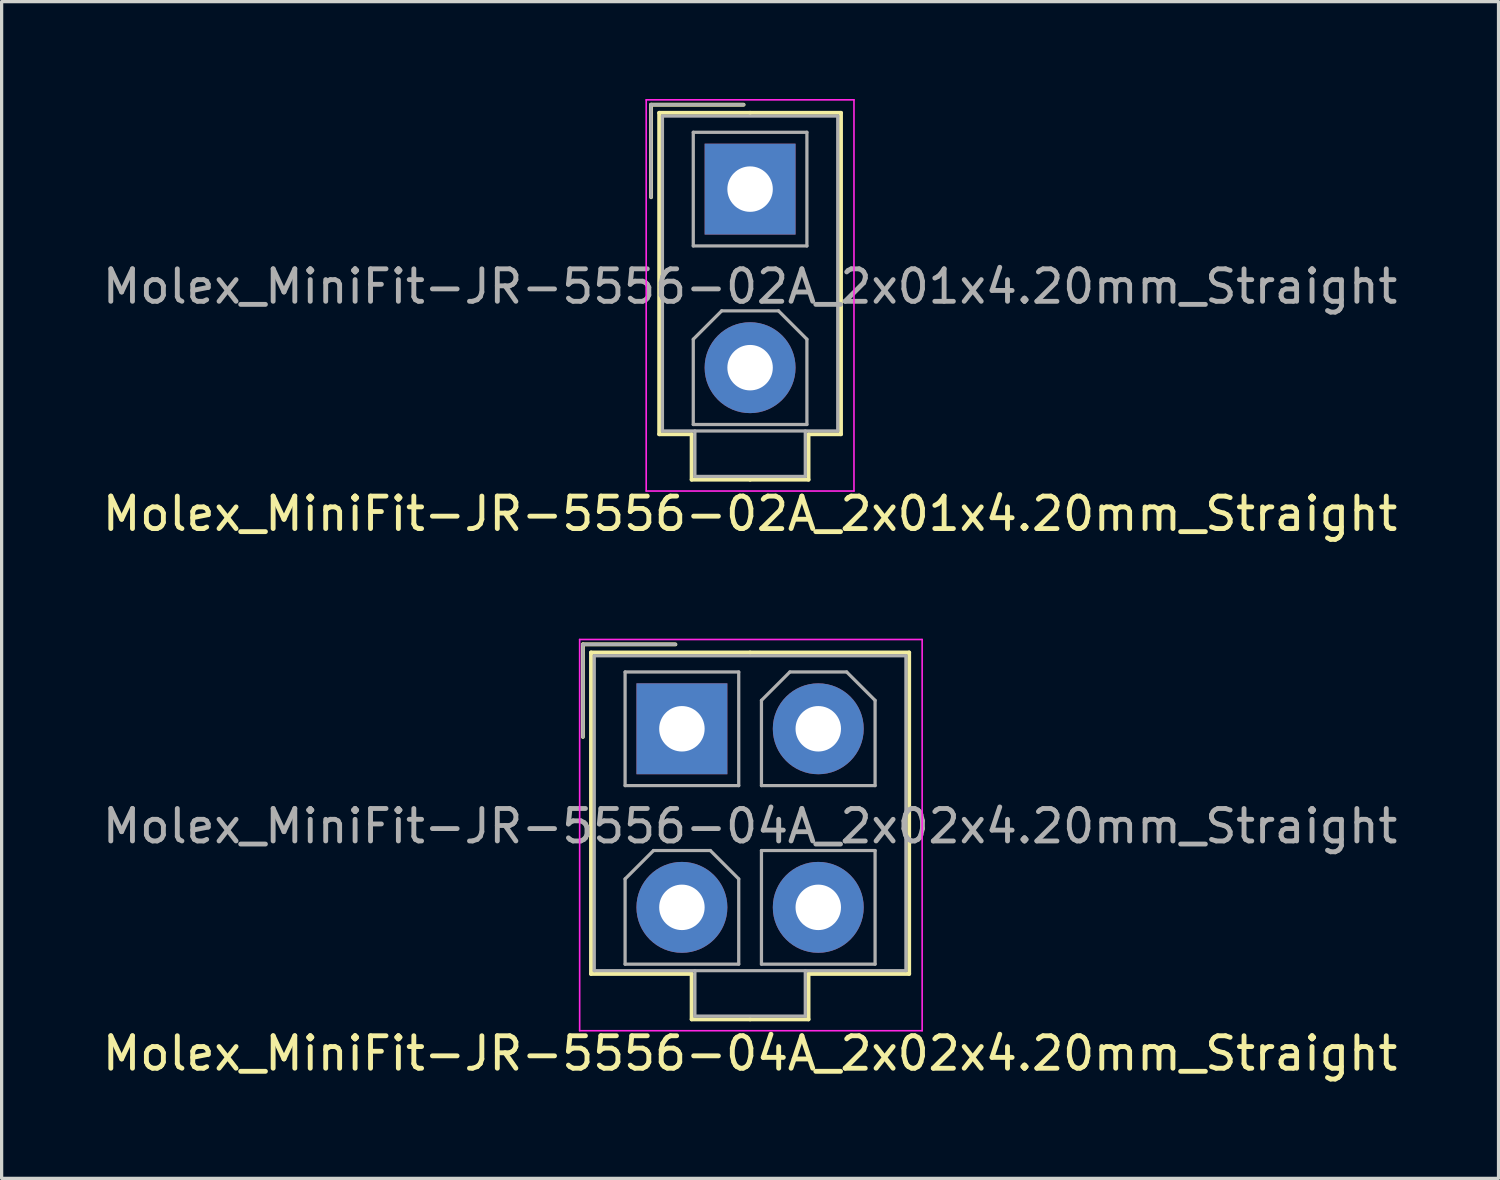
<source format=kicad_pcb>
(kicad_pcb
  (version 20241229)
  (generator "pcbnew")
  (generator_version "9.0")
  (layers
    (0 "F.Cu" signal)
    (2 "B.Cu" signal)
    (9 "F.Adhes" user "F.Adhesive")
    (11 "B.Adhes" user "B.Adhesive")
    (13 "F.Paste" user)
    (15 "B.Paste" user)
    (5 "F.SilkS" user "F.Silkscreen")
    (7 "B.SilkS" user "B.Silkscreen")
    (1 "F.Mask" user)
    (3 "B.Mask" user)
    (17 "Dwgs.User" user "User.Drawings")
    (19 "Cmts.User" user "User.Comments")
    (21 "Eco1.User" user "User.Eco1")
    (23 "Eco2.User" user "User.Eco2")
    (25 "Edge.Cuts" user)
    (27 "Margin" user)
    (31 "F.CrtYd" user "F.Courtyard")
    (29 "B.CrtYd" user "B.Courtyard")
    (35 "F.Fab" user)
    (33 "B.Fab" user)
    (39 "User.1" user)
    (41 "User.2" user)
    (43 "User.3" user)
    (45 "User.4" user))
  (footprint "Molex_MiniFit-JR-5556-04A_2x02x4.20mm_Straight"
    (layer "F.Cu")
    (at 17.954 19.398)
    (property "Reference" "Molex_MiniFit-JR-5556-04A_2x02x4.20mm_Straight" (at 2.1 10 0) (layer "F.SilkS") (effects (font (size 1 1) (thickness 0.15))))
    (attr through_hole)
    (fp_line (start -3.05 -2.6) (end -3.05 0.25) (stroke (width 0.12) (type solid)) (layer "F.SilkS"))
    (fp_line (start -2.8 -2.35) (end -2.8 7.55) (stroke (width 0.12) (type solid)) (layer "F.SilkS"))
    (fp_line (start -2.8 7.55) (end 0.3 7.55) (stroke (width 0.12) (type solid)) (layer "F.SilkS"))
    (fp_line (start -0.2 -2.6) (end -3.05 -2.6) (stroke (width 0.12) (type solid)) (layer "F.SilkS"))
    (fp_line (start 0.3 7.55) (end 0.3 8.95) (stroke (width 0.12) (type solid)) (layer "F.SilkS"))
    (fp_line (start 0.3 8.95) (end 2.1 8.95) (stroke (width 0.12) (type solid)) (layer "F.SilkS"))
    (fp_line (start 2.1 -2.35) (end -2.8 -2.35) (stroke (width 0.12) (type solid)) (layer "F.SilkS"))
    (fp_line (start 2.1 -2.35) (end 7 -2.35) (stroke (width 0.12) (type solid)) (layer "F.SilkS"))
    (fp_line (start 3.9 7.55) (end 3.9 8.95) (stroke (width 0.12) (type solid)) (layer "F.SilkS"))
    (fp_line (start 3.9 8.95) (end 2.1 8.95) (stroke (width 0.12) (type solid)) (layer "F.SilkS"))
    (fp_line (start 7 -2.35) (end 7 7.55) (stroke (width 0.12) (type solid)) (layer "F.SilkS"))
    (fp_line (start 7 7.55) (end 3.9 7.55) (stroke (width 0.12) (type solid)) (layer "F.SilkS"))
    (fp_line (start -3.15 -2.75) (end -3.15 9.3) (stroke (width 0.05) (type solid)) (layer "F.CrtYd"))
    (fp_line (start -3.15 9.3) (end 7.4 9.3) (stroke (width 0.05) (type solid)) (layer "F.CrtYd"))
    (fp_line (start 7.4 -2.75) (end -3.15 -2.75) (stroke (width 0.05) (type solid)) (layer "F.CrtYd"))
    (fp_line (start 7.4 9.3) (end 7.4 -2.75) (stroke (width 0.05) (type solid)) (layer "F.CrtYd"))
    (fp_line (start -3.05 -2.6) (end -3.05 0.25) (stroke (width 0.1) (type solid)) (layer "F.Fab"))
    (fp_line (start -2.7 -2.25) (end -2.7 7.45) (stroke (width 0.1) (type solid)) (layer "F.Fab"))
    (fp_line (start -2.7 7.45) (end 6.9 7.45) (stroke (width 0.1) (type solid)) (layer "F.Fab"))
    (fp_line (start -1.75 -1.75) (end -1.75 1.75) (stroke (width 0.1) (type solid)) (layer "F.Fab"))
    (fp_line (start -1.75 1.75) (end 1.75 1.75) (stroke (width 0.1) (type solid)) (layer "F.Fab"))
    (fp_line (start -1.75 4.625) (end -0.875 3.75) (stroke (width 0.1) (type solid)) (layer "F.Fab"))
    (fp_line (start -1.75 7.25) (end -1.75 4.625) (stroke (width 0.1) (type solid)) (layer "F.Fab"))
    (fp_line (start -0.875 3.75) (end 0.875 3.75) (stroke (width 0.1) (type solid)) (layer "F.Fab"))
    (fp_line (start -0.2 -2.6) (end -3.05 -2.6) (stroke (width 0.1) (type solid)) (layer "F.Fab"))
    (fp_line (start 0.4 7.45) (end 0.4 8.85) (stroke (width 0.1) (type solid)) (layer "F.Fab"))
    (fp_line (start 0.4 8.85) (end 3.8 8.85) (stroke (width 0.1) (type solid)) (layer "F.Fab"))
    (fp_line (start 0.875 3.75) (end 1.75 4.625) (stroke (width 0.1) (type solid)) (layer "F.Fab"))
    (fp_line (start 1.75 -1.75) (end -1.75 -1.75) (stroke (width 0.1) (type solid)) (layer "F.Fab"))
    (fp_line (start 1.75 1.75) (end 1.75 -1.75) (stroke (width 0.1) (type solid)) (layer "F.Fab"))
    (fp_line (start 1.75 4.625) (end 1.75 7.25) (stroke (width 0.1) (type solid)) (layer "F.Fab"))
    (fp_line (start 1.75 7.25) (end -1.75 7.25) (stroke (width 0.1) (type solid)) (layer "F.Fab"))
    (fp_line (start 2.45 -0.875) (end 3.325 -1.75) (stroke (width 0.1) (type solid)) (layer "F.Fab"))
    (fp_line (start 2.45 1.75) (end 2.45 -0.875) (stroke (width 0.1) (type solid)) (layer "F.Fab"))
    (fp_line (start 2.45 3.75) (end 2.45 7.25) (stroke (width 0.1) (type solid)) (layer "F.Fab"))
    (fp_line (start 2.45 7.25) (end 5.95 7.25) (stroke (width 0.1) (type solid)) (layer "F.Fab"))
    (fp_line (start 3.325 -1.75) (end 5.075 -1.75) (stroke (width 0.1) (type solid)) (layer "F.Fab"))
    (fp_line (start 3.8 8.85) (end 3.8 7.45) (stroke (width 0.1) (type solid)) (layer "F.Fab"))
    (fp_line (start 5.075 -1.75) (end 5.95 -0.875) (stroke (width 0.1) (type solid)) (layer "F.Fab"))
    (fp_line (start 5.95 -0.875) (end 5.95 1.75) (stroke (width 0.1) (type solid)) (layer "F.Fab"))
    (fp_line (start 5.95 1.75) (end 2.45 1.75) (stroke (width 0.1) (type solid)) (layer "F.Fab"))
    (fp_line (start 5.95 3.75) (end 2.45 3.75) (stroke (width 0.1) (type solid)) (layer "F.Fab"))
    (fp_line (start 5.95 7.25) (end 5.95 3.75) (stroke (width 0.1) (type solid)) (layer "F.Fab"))
    (fp_line (start 6.9 -2.25) (end -2.7 -2.25) (stroke (width 0.1) (type solid)) (layer "F.Fab"))
    (fp_line (start 6.9 7.45) (end 6.9 -2.25) (stroke (width 0.1) (type solid)) (layer "F.Fab"))
    (fp_text user "${REFERENCE}" (at 2.1 3 0) (layer "F.Fab") (effects (font (size 1 1) (thickness 0.15))))
    (pad "1" thru_hole rect (at 0 0) (size 2.8 2.8) (drill 1.4) (layers "*.Cu" "*.Mask"))
    (pad "2" thru_hole circle (at 4.2 0) (size 2.8 2.8) (drill 1.4) (layers "*.Cu" "*.Mask"))
    (pad "3" thru_hole circle (at 0 5.5) (size 2.8 2.8) (drill 1.4) (layers "*.Cu" "*.Mask"))
    (pad "4" thru_hole circle (at 4.2 5.5) (size 2.8 2.8) (drill 1.4) (layers "*.Cu" "*.Mask")))
  (footprint "Molex_MiniFit-JR-5556-02A_2x01x4.20mm_Straight"
    (layer "F.Cu")
    (at 20.054 2.775)
    (property "Reference" "Molex_MiniFit-JR-5556-02A_2x01x4.20mm_Straight" (at 0 10 0) (layer "F.SilkS") (effects (font (size 1 1) (thickness 0.15))))
    (attr through_hole)
    (fp_line (start -3.05 -2.6) (end -3.05 0.25) (stroke (width 0.12) (type solid)) (layer "F.SilkS"))
    (fp_line (start -2.8 -2.35) (end -2.8 7.55) (stroke (width 0.12) (type solid)) (layer "F.SilkS"))
    (fp_line (start -2.8 7.55) (end -1.8 7.55) (stroke (width 0.12) (type solid)) (layer "F.SilkS"))
    (fp_line (start -1.8 7.55) (end -1.8 8.95) (stroke (width 0.12) (type solid)) (layer "F.SilkS"))
    (fp_line (start -1.8 8.95) (end 0 8.95) (stroke (width 0.12) (type solid)) (layer "F.SilkS"))
    (fp_line (start -0.2 -2.6) (end -3.05 -2.6) (stroke (width 0.12) (type solid)) (layer "F.SilkS"))
    (fp_line (start 0 -2.35) (end -2.8 -2.35) (stroke (width 0.12) (type solid)) (layer "F.SilkS"))
    (fp_line (start 0 -2.35) (end 2.8 -2.35) (stroke (width 0.12) (type solid)) (layer "F.SilkS"))
    (fp_line (start 1.8 7.55) (end 1.8 8.95) (stroke (width 0.12) (type solid)) (layer "F.SilkS"))
    (fp_line (start 1.8 8.95) (end 0 8.95) (stroke (width 0.12) (type solid)) (layer "F.SilkS"))
    (fp_line (start 2.8 -2.35) (end 2.8 7.55) (stroke (width 0.12) (type solid)) (layer "F.SilkS"))
    (fp_line (start 2.8 7.55) (end 1.8 7.55) (stroke (width 0.12) (type solid)) (layer "F.SilkS"))
    (fp_line (start -3.2 -2.75) (end -3.2 9.3) (stroke (width 0.05) (type solid)) (layer "F.CrtYd"))
    (fp_line (start -3.2 9.3) (end 3.2 9.3) (stroke (width 0.05) (type solid)) (layer "F.CrtYd"))
    (fp_line (start 3.2 -2.75) (end -3.2 -2.75) (stroke (width 0.05) (type solid)) (layer "F.CrtYd"))
    (fp_line (start 3.2 9.3) (end 3.2 -2.75) (stroke (width 0.05) (type solid)) (layer "F.CrtYd"))
    (fp_line (start -3.05 -2.6) (end -3.05 0.25) (stroke (width 0.1) (type solid)) (layer "F.Fab"))
    (fp_line (start -2.7 -2.25) (end -2.7 7.45) (stroke (width 0.1) (type solid)) (layer "F.Fab"))
    (fp_line (start -2.7 7.45) (end 2.7 7.45) (stroke (width 0.1) (type solid)) (layer "F.Fab"))
    (fp_line (start -1.75 -1.75) (end -1.75 1.75) (stroke (width 0.1) (type solid)) (layer "F.Fab"))
    (fp_line (start -1.75 1.75) (end 1.75 1.75) (stroke (width 0.1) (type solid)) (layer "F.Fab"))
    (fp_line (start -1.75 4.625) (end -0.875 3.75) (stroke (width 0.1) (type solid)) (layer "F.Fab"))
    (fp_line (start -1.75 7.25) (end -1.75 4.625) (stroke (width 0.1) (type solid)) (layer "F.Fab"))
    (fp_line (start -1.7 7.45) (end -1.7 8.85) (stroke (width 0.1) (type solid)) (layer "F.Fab"))
    (fp_line (start -1.7 8.85) (end 1.7 8.85) (stroke (width 0.1) (type solid)) (layer "F.Fab"))
    (fp_line (start -0.875 3.75) (end 0.875 3.75) (stroke (width 0.1) (type solid)) (layer "F.Fab"))
    (fp_line (start -0.2 -2.6) (end -3.05 -2.6) (stroke (width 0.1) (type solid)) (layer "F.Fab"))
    (fp_line (start 0.875 3.75) (end 1.75 4.625) (stroke (width 0.1) (type solid)) (layer "F.Fab"))
    (fp_line (start 1.7 8.85) (end 1.7 7.45) (stroke (width 0.1) (type solid)) (layer "F.Fab"))
    (fp_line (start 1.75 -1.75) (end -1.75 -1.75) (stroke (width 0.1) (type solid)) (layer "F.Fab"))
    (fp_line (start 1.75 1.75) (end 1.75 -1.75) (stroke (width 0.1) (type solid)) (layer "F.Fab"))
    (fp_line (start 1.75 4.625) (end 1.75 7.25) (stroke (width 0.1) (type solid)) (layer "F.Fab"))
    (fp_line (start 1.75 7.25) (end -1.75 7.25) (stroke (width 0.1) (type solid)) (layer "F.Fab"))
    (fp_line (start 2.7 -2.25) (end -2.7 -2.25) (stroke (width 0.1) (type solid)) (layer "F.Fab"))
    (fp_line (start 2.7 7.45) (end 2.7 -2.25) (stroke (width 0.1) (type solid)) (layer "F.Fab"))
    (fp_text user "${REFERENCE}" (at 0 3 0) (layer "F.Fab") (effects (font (size 1 1) (thickness 0.15))))
    (pad "1" thru_hole rect (at 0 0) (size 2.8 2.8) (drill 1.4) (layers "*.Cu" "*.Mask"))
    (pad "2" thru_hole circle (at 0 5.5) (size 2.8 2.8) (drill 1.4) (layers "*.Cu" "*.Mask")))
  (gr_rect
    (start -3 -3)
    (end 43.107 33.246)
    (stroke (width 0.1) (type default))
    (fill no)
    (layer "Edge.Cuts")))
</source>
